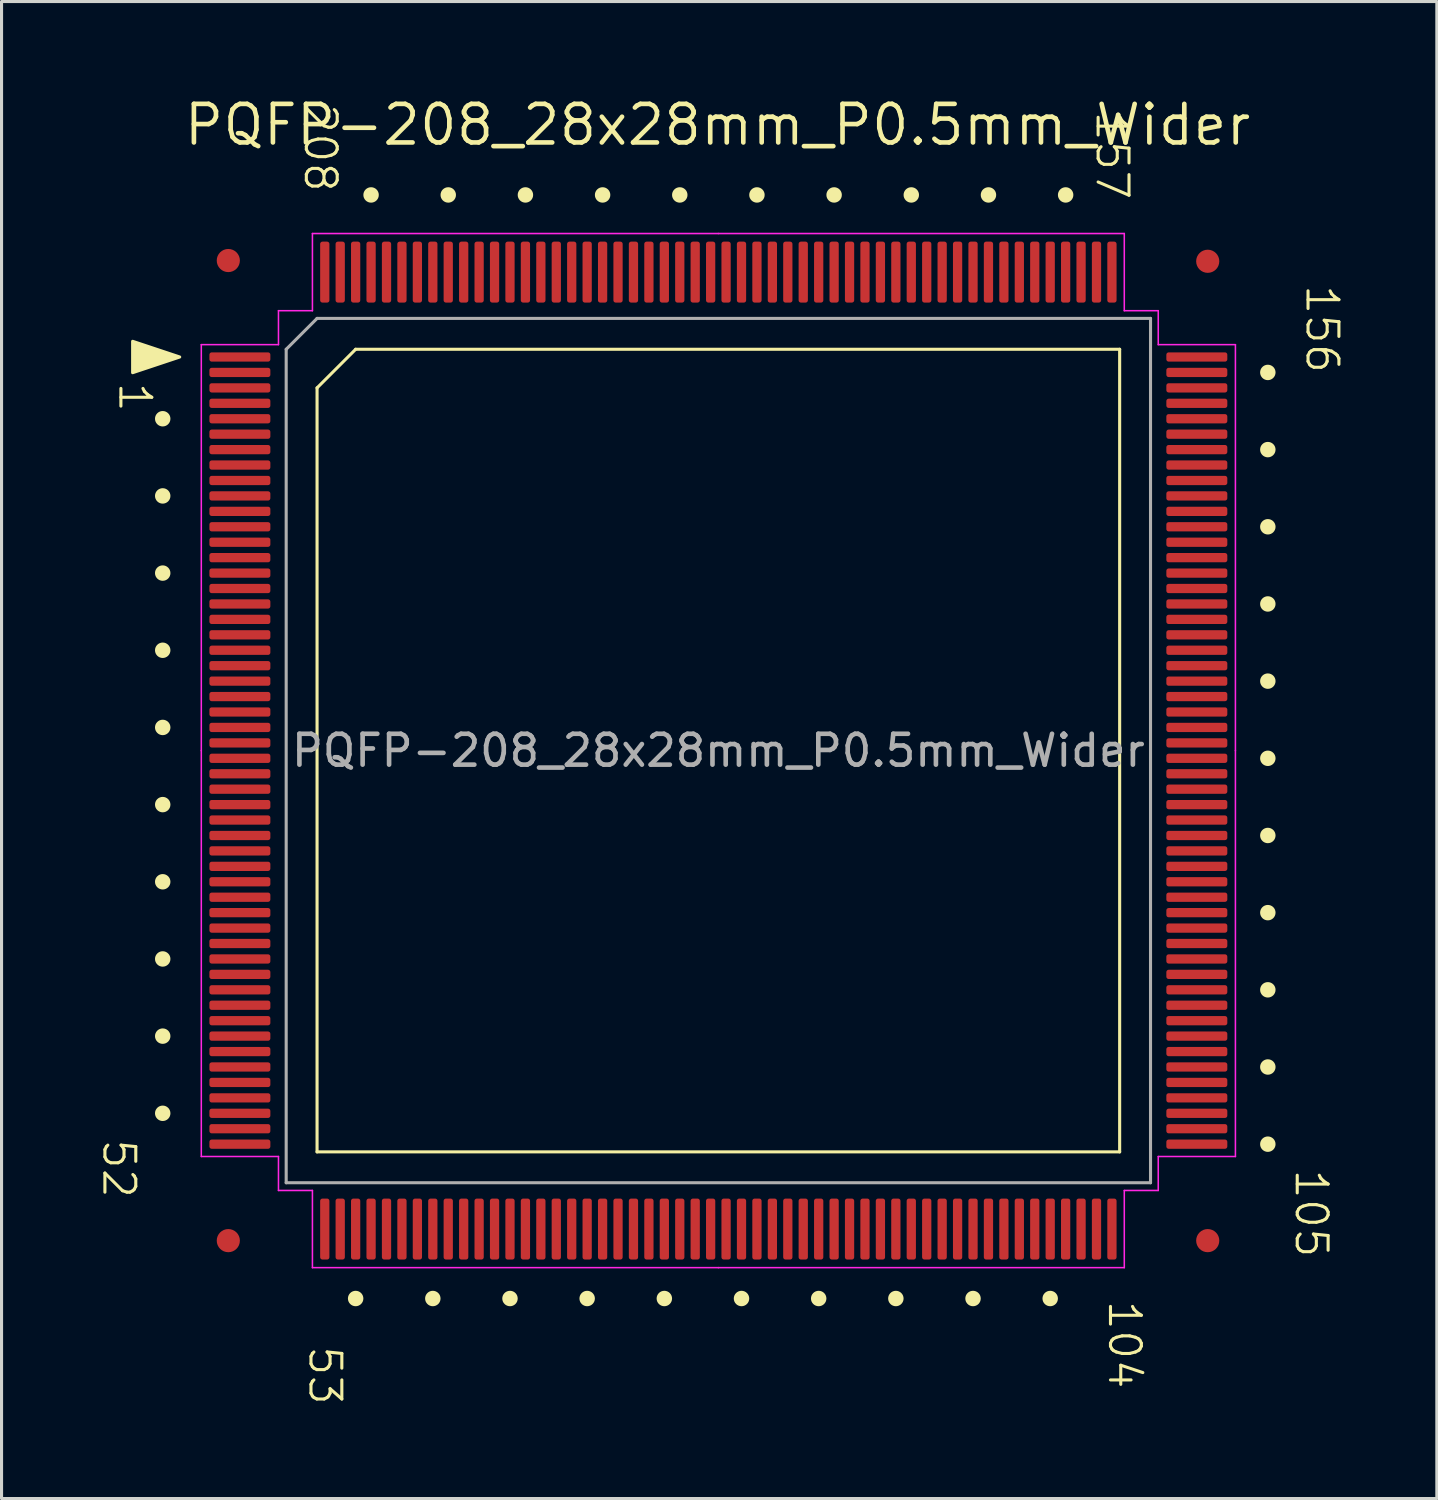
<source format=kicad_pcb>
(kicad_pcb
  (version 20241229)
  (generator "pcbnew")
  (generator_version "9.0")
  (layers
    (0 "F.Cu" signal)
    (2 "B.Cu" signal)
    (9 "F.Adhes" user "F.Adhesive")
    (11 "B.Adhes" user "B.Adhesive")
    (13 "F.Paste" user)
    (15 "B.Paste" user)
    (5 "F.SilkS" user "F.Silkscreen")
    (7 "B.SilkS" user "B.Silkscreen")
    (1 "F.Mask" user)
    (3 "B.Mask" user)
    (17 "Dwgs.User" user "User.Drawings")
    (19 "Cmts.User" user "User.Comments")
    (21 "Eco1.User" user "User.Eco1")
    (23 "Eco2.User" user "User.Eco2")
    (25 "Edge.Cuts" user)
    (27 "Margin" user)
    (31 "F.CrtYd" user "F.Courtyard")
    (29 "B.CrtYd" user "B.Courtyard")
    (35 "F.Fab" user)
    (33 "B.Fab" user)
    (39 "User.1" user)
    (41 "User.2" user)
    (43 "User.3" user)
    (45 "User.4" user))
  (footprint "PQFP-208_28x28mm_P0.5mm_Wider"
    (layer "F.Cu")
    (at 20.221 21.265)
    (property "Reference" "PQFP-208_28x28mm_P0.5mm_Wider" (at -0.025 -20.271 0) (layer "F.SilkS") (effects (font (size 1.25 1.25) (thickness 0.15))))
    (attr smd)
    (fp_rect (start -14.353 -17.375) (end -17.353 -14.375) (stroke (width 0) (type solid)) (fill yes) (layer "F.Mask"))
    (fp_rect (start -14.353 14.375) (end -17.353 17.375) (stroke (width 0) (type solid)) (fill yes) (layer "F.Mask"))
    (fp_rect (start 17.374 -17.374) (end 14.374 -14.374) (stroke (width 0) (type solid)) (fill yes) (layer "F.Mask"))
    (fp_rect (start 17.375 14.375) (end 14.375 17.375) (stroke (width 0) (type solid)) (fill yes) (layer "F.Mask"))
    (fp_line (start -13 -11.75) (end -11.75 -13) (stroke (width 0.1) (type solid)) (layer "F.SilkS"))
    (fp_line (start -13 13) (end -13 -11.75) (stroke (width 0.1) (type solid)) (layer "F.SilkS"))
    (fp_line (start -11.75 -13) (end 13 -13) (stroke (width 0.1) (type solid)) (layer "F.SilkS"))
    (fp_line (start 13 -13) (end 13 13) (stroke (width 0.1) (type solid)) (layer "F.SilkS"))
    (fp_line (start 13 13) (end -13 13) (stroke (width 0.1) (type solid)) (layer "F.SilkS"))
    (fp_circle (center -18 -10.75) (end -17.8 -10.75) (stroke (width 0.1) (type solid)) (fill yes) (layer "F.SilkS"))
    (fp_circle (center -18 -8.25) (end -17.8 -8.25) (stroke (width 0.1) (type solid)) (fill yes) (layer "F.SilkS"))
    (fp_circle (center -18 -5.75) (end -17.8 -5.75) (stroke (width 0.1) (type solid)) (fill yes) (layer "F.SilkS"))
    (fp_circle (center -18 -3.25) (end -17.8 -3.25) (stroke (width 0.1) (type solid)) (fill yes) (layer "F.SilkS"))
    (fp_circle (center -18 -0.75) (end -17.8 -0.75) (stroke (width 0.1) (type solid)) (fill yes) (layer "F.SilkS"))
    (fp_circle (center -18 1.75) (end -17.8 1.75) (stroke (width 0.1) (type solid)) (fill yes) (layer "F.SilkS"))
    (fp_circle (center -18 4.25) (end -17.8 4.25) (stroke (width 0.1) (type solid)) (fill yes) (layer "F.SilkS"))
    (fp_circle (center -18 6.75) (end -17.8 6.75) (stroke (width 0.1) (type solid)) (fill yes) (layer "F.SilkS"))
    (fp_circle (center -18 9.25) (end -17.8 9.25) (stroke (width 0.1) (type solid)) (fill yes) (layer "F.SilkS"))
    (fp_circle (center -18 11.75) (end -17.8 11.75) (stroke (width 0.1) (type solid)) (fill yes) (layer "F.SilkS"))
    (fp_circle (center -11.75 17.75) (end -11.55 17.75) (stroke (width 0.1) (type solid)) (fill yes) (layer "F.SilkS"))
    (fp_circle (center -11.25 -18) (end -11.05 -18) (stroke (width 0.1) (type solid)) (fill yes) (layer "F.SilkS"))
    (fp_circle (center -9.25 17.75) (end -9.05 17.75) (stroke (width 0.1) (type solid)) (fill yes) (layer "F.SilkS"))
    (fp_circle (center -8.75 -18) (end -8.55 -18) (stroke (width 0.1) (type solid)) (fill yes) (layer "F.SilkS"))
    (fp_circle (center -6.75 17.75) (end -6.55 17.75) (stroke (width 0.1) (type solid)) (fill yes) (layer "F.SilkS"))
    (fp_circle (center -6.25 -18) (end -6.05 -18) (stroke (width 0.1) (type solid)) (fill yes) (layer "F.SilkS"))
    (fp_circle (center -4.25 17.75) (end -4.05 17.75) (stroke (width 0.1) (type solid)) (fill yes) (layer "F.SilkS"))
    (fp_circle (center -3.75 -18) (end -3.55 -18) (stroke (width 0.1) (type solid)) (fill yes) (layer "F.SilkS"))
    (fp_circle (center -1.75 17.75) (end -1.55 17.75) (stroke (width 0.1) (type solid)) (fill yes) (layer "F.SilkS"))
    (fp_circle (center -1.25 -18) (end -1.05 -18) (stroke (width 0.1) (type solid)) (fill yes) (layer "F.SilkS"))
    (fp_circle (center 0.75 17.75) (end 0.95 17.75) (stroke (width 0.1) (type solid)) (fill yes) (layer "F.SilkS"))
    (fp_circle (center 1.25 -18) (end 1.45 -18) (stroke (width 0.1) (type solid)) (fill yes) (layer "F.SilkS"))
    (fp_circle (center 3.25 17.75) (end 3.45 17.75) (stroke (width 0.1) (type solid)) (fill yes) (layer "F.SilkS"))
    (fp_circle (center 3.75 -18) (end 3.95 -18) (stroke (width 0.1) (type solid)) (fill yes) (layer "F.SilkS"))
    (fp_circle (center 5.75 17.75) (end 5.95 17.75) (stroke (width 0.1) (type solid)) (fill yes) (layer "F.SilkS"))
    (fp_circle (center 6.25 -18) (end 6.45 -18) (stroke (width 0.1) (type solid)) (fill yes) (layer "F.SilkS"))
    (fp_circle (center 8.25 17.75) (end 8.45 17.75) (stroke (width 0.1) (type solid)) (fill yes) (layer "F.SilkS"))
    (fp_circle (center 8.75 -18) (end 8.95 -18) (stroke (width 0.1) (type solid)) (fill yes) (layer "F.SilkS"))
    (fp_circle (center 10.75 17.75) (end 10.95 17.75) (stroke (width 0.1) (type solid)) (fill yes) (layer "F.SilkS"))
    (fp_circle (center 11.25 -18) (end 11.45 -18) (stroke (width 0.1) (type solid)) (fill yes) (layer "F.SilkS"))
    (fp_circle (center 17.8 -12.25) (end 18 -12.25) (stroke (width 0.1) (type solid)) (fill yes) (layer "F.SilkS"))
    (fp_circle (center 17.8 -9.75) (end 18 -9.75) (stroke (width 0.1) (type solid)) (fill yes) (layer "F.SilkS"))
    (fp_circle (center 17.8 -7.25) (end 18 -7.25) (stroke (width 0.1) (type solid)) (fill yes) (layer "F.SilkS"))
    (fp_circle (center 17.8 -4.75) (end 18 -4.75) (stroke (width 0.1) (type solid)) (fill yes) (layer "F.SilkS"))
    (fp_circle (center 17.8 -2.25) (end 18 -2.25) (stroke (width 0.1) (type solid)) (fill yes) (layer "F.SilkS"))
    (fp_circle (center 17.8 0.25) (end 18 0.25) (stroke (width 0.1) (type solid)) (fill yes) (layer "F.SilkS"))
    (fp_circle (center 17.8 2.75) (end 18 2.75) (stroke (width 0.1) (type solid)) (fill yes) (layer "F.SilkS"))
    (fp_circle (center 17.8 5.25) (end 18 5.25) (stroke (width 0.1) (type solid)) (fill yes) (layer "F.SilkS"))
    (fp_circle (center 17.8 7.75) (end 18 7.75) (stroke (width 0.1) (type solid)) (fill yes) (layer "F.SilkS"))
    (fp_circle (center 17.8 10.25) (end 18 10.25) (stroke (width 0.1) (type solid)) (fill yes) (layer "F.SilkS"))
    (fp_circle (center 17.8 12.75) (end 18 12.75) (stroke (width 0.1) (type solid)) (fill yes) (layer "F.SilkS"))
    (fp_poly (pts (xy -17.45 -12.75) (xy -18.974 -13.258) (xy -18.974 -12.242)) (stroke (width 0.1) (type solid)) (fill yes) (layer "F.SilkS"))
    (fp_line (start -16.75 -13.15) (end -16.75 0) (stroke (width 0.05) (type solid)) (layer "F.CrtYd"))
    (fp_line (start -16.75 13.15) (end -16.75 0) (stroke (width 0.05) (type solid)) (layer "F.CrtYd"))
    (fp_line (start -14.25 -14.25) (end -14.25 -13.15) (stroke (width 0.05) (type solid)) (layer "F.CrtYd"))
    (fp_line (start -14.25 -13.15) (end -16.75 -13.15) (stroke (width 0.05) (type solid)) (layer "F.CrtYd"))
    (fp_line (start -14.25 13.15) (end -16.75 13.15) (stroke (width 0.05) (type solid)) (layer "F.CrtYd"))
    (fp_line (start -14.25 14.25) (end -14.25 13.15) (stroke (width 0.05) (type solid)) (layer "F.CrtYd"))
    (fp_line (start -13.15 -16.75) (end -13.15 -14.25) (stroke (width 0.05) (type solid)) (layer "F.CrtYd"))
    (fp_line (start -13.15 -14.25) (end -14.25 -14.25) (stroke (width 0.05) (type solid)) (layer "F.CrtYd"))
    (fp_line (start -13.15 14.25) (end -14.25 14.25) (stroke (width 0.05) (type solid)) (layer "F.CrtYd"))
    (fp_line (start -13.15 16.75) (end -13.15 14.25) (stroke (width 0.05) (type solid)) (layer "F.CrtYd"))
    (fp_line (start 0 -16.75) (end -13.15 -16.75) (stroke (width 0.05) (type solid)) (layer "F.CrtYd"))
    (fp_line (start 0 -16.75) (end 13.15 -16.75) (stroke (width 0.05) (type solid)) (layer "F.CrtYd"))
    (fp_line (start 0 16.75) (end -13.15 16.75) (stroke (width 0.05) (type solid)) (layer "F.CrtYd"))
    (fp_line (start 0 16.75) (end 13.15 16.75) (stroke (width 0.05) (type solid)) (layer "F.CrtYd"))
    (fp_line (start 13.15 -16.75) (end 13.15 -14.25) (stroke (width 0.05) (type solid)) (layer "F.CrtYd"))
    (fp_line (start 13.15 -14.25) (end 14.25 -14.25) (stroke (width 0.05) (type solid)) (layer "F.CrtYd"))
    (fp_line (start 13.15 14.25) (end 14.25 14.25) (stroke (width 0.05) (type solid)) (layer "F.CrtYd"))
    (fp_line (start 13.15 16.75) (end 13.15 14.25) (stroke (width 0.05) (type solid)) (layer "F.CrtYd"))
    (fp_line (start 14.25 -14.25) (end 14.25 -13.15) (stroke (width 0.05) (type solid)) (layer "F.CrtYd"))
    (fp_line (start 14.25 -13.15) (end 16.75 -13.15) (stroke (width 0.05) (type solid)) (layer "F.CrtYd"))
    (fp_line (start 14.25 13.15) (end 16.75 13.15) (stroke (width 0.05) (type solid)) (layer "F.CrtYd"))
    (fp_line (start 14.25 14.25) (end 14.25 13.15) (stroke (width 0.05) (type solid)) (layer "F.CrtYd"))
    (fp_line (start 16.75 -13.15) (end 16.75 0) (stroke (width 0.05) (type solid)) (layer "F.CrtYd"))
    (fp_line (start 16.75 13.15) (end 16.75 0) (stroke (width 0.05) (type solid)) (layer "F.CrtYd"))
    (fp_line (start -14 -13) (end -13 -14) (stroke (width 0.1) (type solid)) (layer "F.Fab"))
    (fp_line (start -14 14) (end -14 -13) (stroke (width 0.1) (type solid)) (layer "F.Fab"))
    (fp_line (start -13 -14) (end 14 -14) (stroke (width 0.1) (type solid)) (layer "F.Fab"))
    (fp_line (start 14 -14) (end 14 14) (stroke (width 0.1) (type solid)) (layer "F.Fab"))
    (fp_line (start 14 14) (end -14 14) (stroke (width 0.1) (type solid)) (layer "F.Fab"))
    (fp_text user "104" (at 12.575 17.75 270) (unlocked yes) (layer "F.SilkS") (effects (font (size 1 1) (thickness 0.1)) (justify left bottom)))
    (fp_text user "1" (at -19.482 -11.988 270) (unlocked yes) (layer "F.SilkS") (effects (font (size 1 1) (thickness 0.1)) (justify left bottom)))
    (fp_text user "208" (at -13.475 -21.021 270) (unlocked yes) (layer "F.SilkS") (effects (font (size 1 1) (thickness 0.1)) (justify left bottom)))
    (fp_text user "52" (at -20 12.525 270) (unlocked yes) (layer "F.SilkS") (effects (font (size 1 1) (thickness 0.1)) (justify left bottom)))
    (fp_text user "53" (at -13.325 19.225 270) (unlocked yes) (layer "F.SilkS") (effects (font (size 1 1) (thickness 0.1)) (justify left bottom)))
    (fp_text user "105" (at 18.625 13.5 270) (unlocked yes) (layer "F.SilkS") (effects (font (size 1 1) (thickness 0.1)) (justify left bottom)))
    (fp_text user "156" (at 18.975 -15.15 270) (unlocked yes) (layer "F.SilkS") (effects (font (size 1 1) (thickness 0.1)) (justify left bottom)))
    (fp_text user "157" (at 12.175 -20.771 270) (unlocked yes) (layer "F.SilkS") (effects (font (size 1 1) (thickness 0.1)) (justify left bottom)))
    (fp_text user "${REFERENCE}" (at 0 0 0) (layer "F.Fab") (effects (font (size 1 1) (thickness 0.15))))
    (pad "" smd circle (at -15.875 -15.875 270) (size 0.75 0.75) (layers "F.Cu" "F.Mask" "F.Paste"))
    (pad "" smd circle (at -15.875 15.875 270) (size 0.75 0.75) (layers "F.Cu" "F.Mask" "F.Paste"))
    (pad "" smd circle (at 15.853 -15.851 270) (size 0.75 0.75) (layers "F.Cu" "F.Mask" "F.Paste"))
    (pad "" smd circle (at 15.853 15.875 270) (size 0.75 0.75) (layers "F.Cu" "F.Mask" "F.Paste"))
    (pad "1" smd roundrect (at -15.5 -12.75) (size 1.975 0.3) (layers "F.Cu" "F.Mask" "F.Paste") (roundrect_rratio 0.25))
    (pad "2" smd roundrect (at -15.5 -12.25) (size 1.975 0.3) (layers "F.Cu" "F.Mask" "F.Paste") (roundrect_rratio 0.25))
    (pad "3" smd roundrect (at -15.5 -11.75) (size 1.975 0.3) (layers "F.Cu" "F.Mask" "F.Paste") (roundrect_rratio 0.25))
    (pad "4" smd roundrect (at -15.5 -11.25) (size 1.975 0.3) (layers "F.Cu" "F.Mask" "F.Paste") (roundrect_rratio 0.25))
    (pad "5" smd roundrect (at -15.5 -10.75) (size 1.975 0.3) (layers "F.Cu" "F.Mask" "F.Paste") (roundrect_rratio 0.25))
    (pad "6" smd roundrect (at -15.5 -10.25) (size 1.975 0.3) (layers "F.Cu" "F.Mask" "F.Paste") (roundrect_rratio 0.25))
    (pad "7" smd roundrect (at -15.5 -9.75) (size 1.975 0.3) (layers "F.Cu" "F.Mask" "F.Paste") (roundrect_rratio 0.25))
    (pad "8" smd roundrect (at -15.5 -9.25) (size 1.975 0.3) (layers "F.Cu" "F.Mask" "F.Paste") (roundrect_rratio 0.25))
    (pad "9" smd roundrect (at -15.5 -8.75) (size 1.975 0.3) (layers "F.Cu" "F.Mask" "F.Paste") (roundrect_rratio 0.25))
    (pad "10" smd roundrect (at -15.5 -8.25) (size 1.975 0.3) (layers "F.Cu" "F.Mask" "F.Paste") (roundrect_rratio 0.25))
    (pad "11" smd roundrect (at -15.5 -7.75) (size 1.975 0.3) (layers "F.Cu" "F.Mask" "F.Paste") (roundrect_rratio 0.25))
    (pad "12" smd roundrect (at -15.5 -7.25) (size 1.975 0.3) (layers "F.Cu" "F.Mask" "F.Paste") (roundrect_rratio 0.25))
    (pad "13" smd roundrect (at -15.5 -6.75) (size 1.975 0.3) (layers "F.Cu" "F.Mask" "F.Paste") (roundrect_rratio 0.25))
    (pad "14" smd roundrect (at -15.5 -6.25) (size 1.975 0.3) (layers "F.Cu" "F.Mask" "F.Paste") (roundrect_rratio 0.25))
    (pad "15" smd roundrect (at -15.5 -5.75) (size 1.975 0.3) (layers "F.Cu" "F.Mask" "F.Paste") (roundrect_rratio 0.25))
    (pad "16" smd roundrect (at -15.5 -5.25) (size 1.975 0.3) (layers "F.Cu" "F.Mask" "F.Paste") (roundrect_rratio 0.25))
    (pad "17" smd roundrect (at -15.5 -4.75) (size 1.975 0.3) (layers "F.Cu" "F.Mask" "F.Paste") (roundrect_rratio 0.25))
    (pad "18" smd roundrect (at -15.5 -4.25) (size 1.975 0.3) (layers "F.Cu" "F.Mask" "F.Paste") (roundrect_rratio 0.25))
    (pad "19" smd roundrect (at -15.5 -3.75) (size 1.975 0.3) (layers "F.Cu" "F.Mask" "F.Paste") (roundrect_rratio 0.25))
    (pad "20" smd roundrect (at -15.5 -3.25) (size 1.975 0.3) (layers "F.Cu" "F.Mask" "F.Paste") (roundrect_rratio 0.25))
    (pad "21" smd roundrect (at -15.5 -2.75) (size 1.975 0.3) (layers "F.Cu" "F.Mask" "F.Paste") (roundrect_rratio 0.25))
    (pad "22" smd roundrect (at -15.5 -2.25) (size 1.975 0.3) (layers "F.Cu" "F.Mask" "F.Paste") (roundrect_rratio 0.25))
    (pad "23" smd roundrect (at -15.5 -1.75) (size 1.975 0.3) (layers "F.Cu" "F.Mask" "F.Paste") (roundrect_rratio 0.25))
    (pad "24" smd roundrect (at -15.5 -1.25) (size 1.975 0.3) (layers "F.Cu" "F.Mask" "F.Paste") (roundrect_rratio 0.25))
    (pad "25" smd roundrect (at -15.5 -0.75) (size 1.975 0.3) (layers "F.Cu" "F.Mask" "F.Paste") (roundrect_rratio 0.25))
    (pad "26" smd roundrect (at -15.5 -0.25) (size 1.975 0.3) (layers "F.Cu" "F.Mask" "F.Paste") (roundrect_rratio 0.25))
    (pad "27" smd roundrect (at -15.5 0.25) (size 1.975 0.3) (layers "F.Cu" "F.Mask" "F.Paste") (roundrect_rratio 0.25))
    (pad "28" smd roundrect (at -15.5 0.75) (size 1.975 0.3) (layers "F.Cu" "F.Mask" "F.Paste") (roundrect_rratio 0.25))
    (pad "29" smd roundrect (at -15.5 1.25) (size 1.975 0.3) (layers "F.Cu" "F.Mask" "F.Paste") (roundrect_rratio 0.25))
    (pad "30" smd roundrect (at -15.5 1.75) (size 1.975 0.3) (layers "F.Cu" "F.Mask" "F.Paste") (roundrect_rratio 0.25))
    (pad "31" smd roundrect (at -15.5 2.25) (size 1.975 0.3) (layers "F.Cu" "F.Mask" "F.Paste") (roundrect_rratio 0.25))
    (pad "32" smd roundrect (at -15.5 2.75) (size 1.975 0.3) (layers "F.Cu" "F.Mask" "F.Paste") (roundrect_rratio 0.25))
    (pad "33" smd roundrect (at -15.5 3.25) (size 1.975 0.3) (layers "F.Cu" "F.Mask" "F.Paste") (roundrect_rratio 0.25))
    (pad "34" smd roundrect (at -15.5 3.75) (size 1.975 0.3) (layers "F.Cu" "F.Mask" "F.Paste") (roundrect_rratio 0.25))
    (pad "35" smd roundrect (at -15.5 4.25) (size 1.975 0.3) (layers "F.Cu" "F.Mask" "F.Paste") (roundrect_rratio 0.25))
    (pad "36" smd roundrect (at -15.5 4.75) (size 1.975 0.3) (layers "F.Cu" "F.Mask" "F.Paste") (roundrect_rratio 0.25))
    (pad "37" smd roundrect (at -15.5 5.25) (size 1.975 0.3) (layers "F.Cu" "F.Mask" "F.Paste") (roundrect_rratio 0.25))
    (pad "38" smd roundrect (at -15.5 5.75) (size 1.975 0.3) (layers "F.Cu" "F.Mask" "F.Paste") (roundrect_rratio 0.25))
    (pad "39" smd roundrect (at -15.5 6.25) (size 1.975 0.3) (layers "F.Cu" "F.Mask" "F.Paste") (roundrect_rratio 0.25))
    (pad "40" smd roundrect (at -15.5 6.75) (size 1.975 0.3) (layers "F.Cu" "F.Mask" "F.Paste") (roundrect_rratio 0.25))
    (pad "41" smd roundrect (at -15.5 7.25) (size 1.975 0.3) (layers "F.Cu" "F.Mask" "F.Paste") (roundrect_rratio 0.25))
    (pad "42" smd roundrect (at -15.5 7.75) (size 1.975 0.3) (layers "F.Cu" "F.Mask" "F.Paste") (roundrect_rratio 0.25))
    (pad "43" smd roundrect (at -15.5 8.25) (size 1.975 0.3) (layers "F.Cu" "F.Mask" "F.Paste") (roundrect_rratio 0.25))
    (pad "44" smd roundrect (at -15.5 8.75) (size 1.975 0.3) (layers "F.Cu" "F.Mask" "F.Paste") (roundrect_rratio 0.25))
    (pad "45" smd roundrect (at -15.5 9.25) (size 1.975 0.3) (layers "F.Cu" "F.Mask" "F.Paste") (roundrect_rratio 0.25))
    (pad "46" smd roundrect (at -15.5 9.75) (size 1.975 0.3) (layers "F.Cu" "F.Mask" "F.Paste") (roundrect_rratio 0.25))
    (pad "47" smd roundrect (at -15.5 10.25) (size 1.975 0.3) (layers "F.Cu" "F.Mask" "F.Paste") (roundrect_rratio 0.25))
    (pad "48" smd roundrect (at -15.5 10.75) (size 1.975 0.3) (layers "F.Cu" "F.Mask" "F.Paste") (roundrect_rratio 0.25))
    (pad "49" smd roundrect (at -15.5 11.25) (size 1.975 0.3) (layers "F.Cu" "F.Mask" "F.Paste") (roundrect_rratio 0.25))
    (pad "50" smd roundrect (at -15.5 11.75) (size 1.975 0.3) (layers "F.Cu" "F.Mask" "F.Paste") (roundrect_rratio 0.25))
    (pad "51" smd roundrect (at -15.5 12.25) (size 1.975 0.3) (layers "F.Cu" "F.Mask" "F.Paste") (roundrect_rratio 0.25))
    (pad "52" smd roundrect (at -15.5 12.75) (size 1.975 0.3) (layers "F.Cu" "F.Mask" "F.Paste") (roundrect_rratio 0.25))
    (pad "53" smd roundrect (at -12.75 15.5) (size 0.3 1.975) (layers "F.Cu" "F.Mask" "F.Paste") (roundrect_rratio 0.25))
    (pad "54" smd roundrect (at -12.25 15.5) (size 0.3 1.975) (layers "F.Cu" "F.Mask" "F.Paste") (roundrect_rratio 0.25))
    (pad "55" smd roundrect (at -11.75 15.5) (size 0.3 1.975) (layers "F.Cu" "F.Mask" "F.Paste") (roundrect_rratio 0.25))
    (pad "56" smd roundrect (at -11.25 15.5) (size 0.3 1.975) (layers "F.Cu" "F.Mask" "F.Paste") (roundrect_rratio 0.25))
    (pad "57" smd roundrect (at -10.75 15.5) (size 0.3 1.975) (layers "F.Cu" "F.Mask" "F.Paste") (roundrect_rratio 0.25))
    (pad "58" smd roundrect (at -10.25 15.5) (size 0.3 1.975) (layers "F.Cu" "F.Mask" "F.Paste") (roundrect_rratio 0.25))
    (pad "59" smd roundrect (at -9.75 15.5) (size 0.3 1.975) (layers "F.Cu" "F.Mask" "F.Paste") (roundrect_rratio 0.25))
    (pad "60" smd roundrect (at -9.25 15.5) (size 0.3 1.975) (layers "F.Cu" "F.Mask" "F.Paste") (roundrect_rratio 0.25))
    (pad "61" smd roundrect (at -8.75 15.5) (size 0.3 1.975) (layers "F.Cu" "F.Mask" "F.Paste") (roundrect_rratio 0.25))
    (pad "62" smd roundrect (at -8.25 15.5) (size 0.3 1.975) (layers "F.Cu" "F.Mask" "F.Paste") (roundrect_rratio 0.25))
    (pad "63" smd roundrect (at -7.75 15.5) (size 0.3 1.975) (layers "F.Cu" "F.Mask" "F.Paste") (roundrect_rratio 0.25))
    (pad "64" smd roundrect (at -7.25 15.5) (size 0.3 1.975) (layers "F.Cu" "F.Mask" "F.Paste") (roundrect_rratio 0.25))
    (pad "65" smd roundrect (at -6.75 15.5) (size 0.3 1.975) (layers "F.Cu" "F.Mask" "F.Paste") (roundrect_rratio 0.25))
    (pad "66" smd roundrect (at -6.25 15.5) (size 0.3 1.975) (layers "F.Cu" "F.Mask" "F.Paste") (roundrect_rratio 0.25))
    (pad "67" smd roundrect (at -5.75 15.5) (size 0.3 1.975) (layers "F.Cu" "F.Mask" "F.Paste") (roundrect_rratio 0.25))
    (pad "68" smd roundrect (at -5.25 15.5) (size 0.3 1.975) (layers "F.Cu" "F.Mask" "F.Paste") (roundrect_rratio 0.25))
    (pad "69" smd roundrect (at -4.75 15.5) (size 0.3 1.975) (layers "F.Cu" "F.Mask" "F.Paste") (roundrect_rratio 0.25))
    (pad "70" smd roundrect (at -4.25 15.5) (size 0.3 1.975) (layers "F.Cu" "F.Mask" "F.Paste") (roundrect_rratio 0.25))
    (pad "71" smd roundrect (at -3.75 15.5) (size 0.3 1.975) (layers "F.Cu" "F.Mask" "F.Paste") (roundrect_rratio 0.25))
    (pad "72" smd roundrect (at -3.25 15.5) (size 0.3 1.975) (layers "F.Cu" "F.Mask" "F.Paste") (roundrect_rratio 0.25))
    (pad "73" smd roundrect (at -2.75 15.5) (size 0.3 1.975) (layers "F.Cu" "F.Mask" "F.Paste") (roundrect_rratio 0.25))
    (pad "74" smd roundrect (at -2.25 15.5) (size 0.3 1.975) (layers "F.Cu" "F.Mask" "F.Paste") (roundrect_rratio 0.25))
    (pad "75" smd roundrect (at -1.75 15.5) (size 0.3 1.975) (layers "F.Cu" "F.Mask" "F.Paste") (roundrect_rratio 0.25))
    (pad "76" smd roundrect (at -1.25 15.5) (size 0.3 1.975) (layers "F.Cu" "F.Mask" "F.Paste") (roundrect_rratio 0.25))
    (pad "77" smd roundrect (at -0.75 15.5) (size 0.3 1.975) (layers "F.Cu" "F.Mask" "F.Paste") (roundrect_rratio 0.25))
    (pad "78" smd roundrect (at -0.25 15.5) (size 0.3 1.975) (layers "F.Cu" "F.Mask" "F.Paste") (roundrect_rratio 0.25))
    (pad "79" smd roundrect (at 0.25 15.5) (size 0.3 1.975) (layers "F.Cu" "F.Mask" "F.Paste") (roundrect_rratio 0.25))
    (pad "80" smd roundrect (at 0.75 15.5) (size 0.3 1.975) (layers "F.Cu" "F.Mask" "F.Paste") (roundrect_rratio 0.25))
    (pad "81" smd roundrect (at 1.25 15.5) (size 0.3 1.975) (layers "F.Cu" "F.Mask" "F.Paste") (roundrect_rratio 0.25))
    (pad "82" smd roundrect (at 1.75 15.5) (size 0.3 1.975) (layers "F.Cu" "F.Mask" "F.Paste") (roundrect_rratio 0.25))
    (pad "83" smd roundrect (at 2.25 15.5) (size 0.3 1.975) (layers "F.Cu" "F.Mask" "F.Paste") (roundrect_rratio 0.25))
    (pad "84" smd roundrect (at 2.75 15.5) (size 0.3 1.975) (layers "F.Cu" "F.Mask" "F.Paste") (roundrect_rratio 0.25))
    (pad "85" smd roundrect (at 3.25 15.5) (size 0.3 1.975) (layers "F.Cu" "F.Mask" "F.Paste") (roundrect_rratio 0.25))
    (pad "86" smd roundrect (at 3.75 15.5) (size 0.3 1.975) (layers "F.Cu" "F.Mask" "F.Paste") (roundrect_rratio 0.25))
    (pad "87" smd roundrect (at 4.25 15.5) (size 0.3 1.975) (layers "F.Cu" "F.Mask" "F.Paste") (roundrect_rratio 0.25))
    (pad "88" smd roundrect (at 4.75 15.5) (size 0.3 1.975) (layers "F.Cu" "F.Mask" "F.Paste") (roundrect_rratio 0.25))
    (pad "89" smd roundrect (at 5.25 15.5) (size 0.3 1.975) (layers "F.Cu" "F.Mask" "F.Paste") (roundrect_rratio 0.25))
    (pad "90" smd roundrect (at 5.75 15.5) (size 0.3 1.975) (layers "F.Cu" "F.Mask" "F.Paste") (roundrect_rratio 0.25))
    (pad "91" smd roundrect (at 6.25 15.5) (size 0.3 1.975) (layers "F.Cu" "F.Mask" "F.Paste") (roundrect_rratio 0.25))
    (pad "92" smd roundrect (at 6.75 15.5) (size 0.3 1.975) (layers "F.Cu" "F.Mask" "F.Paste") (roundrect_rratio 0.25))
    (pad "93" smd roundrect (at 7.25 15.5) (size 0.3 1.975) (layers "F.Cu" "F.Mask" "F.Paste") (roundrect_rratio 0.25))
    (pad "94" smd roundrect (at 7.75 15.5) (size 0.3 1.975) (layers "F.Cu" "F.Mask" "F.Paste") (roundrect_rratio 0.25))
    (pad "95" smd roundrect (at 8.25 15.5) (size 0.3 1.975) (layers "F.Cu" "F.Mask" "F.Paste") (roundrect_rratio 0.25))
    (pad "96" smd roundrect (at 8.75 15.5) (size 0.3 1.975) (layers "F.Cu" "F.Mask" "F.Paste") (roundrect_rratio 0.25))
    (pad "97" smd roundrect (at 9.25 15.5) (size 0.3 1.975) (layers "F.Cu" "F.Mask" "F.Paste") (roundrect_rratio 0.25))
    (pad "98" smd roundrect (at 9.75 15.5) (size 0.3 1.975) (layers "F.Cu" "F.Mask" "F.Paste") (roundrect_rratio 0.25))
    (pad "99" smd roundrect (at 10.25 15.5) (size 0.3 1.975) (layers "F.Cu" "F.Mask" "F.Paste") (roundrect_rratio 0.25))
    (pad "100" smd roundrect (at 10.75 15.5) (size 0.3 1.975) (layers "F.Cu" "F.Mask" "F.Paste") (roundrect_rratio 0.25))
    (pad "101" smd roundrect (at 11.25 15.5) (size 0.3 1.975) (layers "F.Cu" "F.Mask" "F.Paste") (roundrect_rratio 0.25))
    (pad "102" smd roundrect (at 11.75 15.5) (size 0.3 1.975) (layers "F.Cu" "F.Mask" "F.Paste") (roundrect_rratio 0.25))
    (pad "103" smd roundrect (at 12.25 15.5) (size 0.3 1.975) (layers "F.Cu" "F.Mask" "F.Paste") (roundrect_rratio 0.25))
    (pad "104" smd roundrect (at 12.75 15.5) (size 0.3 1.975) (layers "F.Cu" "F.Mask" "F.Paste") (roundrect_rratio 0.25))
    (pad "105" smd roundrect (at 15.5 12.75) (size 1.975 0.3) (layers "F.Cu" "F.Mask" "F.Paste") (roundrect_rratio 0.25))
    (pad "106" smd roundrect (at 15.5 12.25) (size 1.975 0.3) (layers "F.Cu" "F.Mask" "F.Paste") (roundrect_rratio 0.25))
    (pad "107" smd roundrect (at 15.5 11.75) (size 1.975 0.3) (layers "F.Cu" "F.Mask" "F.Paste") (roundrect_rratio 0.25))
    (pad "108" smd roundrect (at 15.5 11.25) (size 1.975 0.3) (layers "F.Cu" "F.Mask" "F.Paste") (roundrect_rratio 0.25))
    (pad "109" smd roundrect (at 15.5 10.75) (size 1.975 0.3) (layers "F.Cu" "F.Mask" "F.Paste") (roundrect_rratio 0.25))
    (pad "110" smd roundrect (at 15.5 10.25) (size 1.975 0.3) (layers "F.Cu" "F.Mask" "F.Paste") (roundrect_rratio 0.25))
    (pad "111" smd roundrect (at 15.5 9.75) (size 1.975 0.3) (layers "F.Cu" "F.Mask" "F.Paste") (roundrect_rratio 0.25))
    (pad "112" smd roundrect (at 15.5 9.25) (size 1.975 0.3) (layers "F.Cu" "F.Mask" "F.Paste") (roundrect_rratio 0.25))
    (pad "113" smd roundrect (at 15.5 8.75) (size 1.975 0.3) (layers "F.Cu" "F.Mask" "F.Paste") (roundrect_rratio 0.25))
    (pad "114" smd roundrect (at 15.5 8.25) (size 1.975 0.3) (layers "F.Cu" "F.Mask" "F.Paste") (roundrect_rratio 0.25))
    (pad "115" smd roundrect (at 15.5 7.75) (size 1.975 0.3) (layers "F.Cu" "F.Mask" "F.Paste") (roundrect_rratio 0.25))
    (pad "116" smd roundrect (at 15.5 7.25) (size 1.975 0.3) (layers "F.Cu" "F.Mask" "F.Paste") (roundrect_rratio 0.25))
    (pad "117" smd roundrect (at 15.5 6.75) (size 1.975 0.3) (layers "F.Cu" "F.Mask" "F.Paste") (roundrect_rratio 0.25))
    (pad "118" smd roundrect (at 15.5 6.25) (size 1.975 0.3) (layers "F.Cu" "F.Mask" "F.Paste") (roundrect_rratio 0.25))
    (pad "119" smd roundrect (at 15.5 5.75) (size 1.975 0.3) (layers "F.Cu" "F.Mask" "F.Paste") (roundrect_rratio 0.25))
    (pad "120" smd roundrect (at 15.5 5.25) (size 1.975 0.3) (layers "F.Cu" "F.Mask" "F.Paste") (roundrect_rratio 0.25))
    (pad "121" smd roundrect (at 15.5 4.75) (size 1.975 0.3) (layers "F.Cu" "F.Mask" "F.Paste") (roundrect_rratio 0.25))
    (pad "122" smd roundrect (at 15.5 4.25) (size 1.975 0.3) (layers "F.Cu" "F.Mask" "F.Paste") (roundrect_rratio 0.25))
    (pad "123" smd roundrect (at 15.5 3.75) (size 1.975 0.3) (layers "F.Cu" "F.Mask" "F.Paste") (roundrect_rratio 0.25))
    (pad "124" smd roundrect (at 15.5 3.25) (size 1.975 0.3) (layers "F.Cu" "F.Mask" "F.Paste") (roundrect_rratio 0.25))
    (pad "125" smd roundrect (at 15.5 2.75) (size 1.975 0.3) (layers "F.Cu" "F.Mask" "F.Paste") (roundrect_rratio 0.25))
    (pad "126" smd roundrect (at 15.5 2.25) (size 1.975 0.3) (layers "F.Cu" "F.Mask" "F.Paste") (roundrect_rratio 0.25))
    (pad "127" smd roundrect (at 15.5 1.75) (size 1.975 0.3) (layers "F.Cu" "F.Mask" "F.Paste") (roundrect_rratio 0.25))
    (pad "128" smd roundrect (at 15.5 1.25) (size 1.975 0.3) (layers "F.Cu" "F.Mask" "F.Paste") (roundrect_rratio 0.25))
    (pad "129" smd roundrect (at 15.5 0.75) (size 1.975 0.3) (layers "F.Cu" "F.Mask" "F.Paste") (roundrect_rratio 0.25))
    (pad "130" smd roundrect (at 15.5 0.25) (size 1.975 0.3) (layers "F.Cu" "F.Mask" "F.Paste") (roundrect_rratio 0.25))
    (pad "131" smd roundrect (at 15.5 -0.25) (size 1.975 0.3) (layers "F.Cu" "F.Mask" "F.Paste") (roundrect_rratio 0.25))
    (pad "132" smd roundrect (at 15.5 -0.75) (size 1.975 0.3) (layers "F.Cu" "F.Mask" "F.Paste") (roundrect_rratio 0.25))
    (pad "133" smd roundrect (at 15.5 -1.25) (size 1.975 0.3) (layers "F.Cu" "F.Mask" "F.Paste") (roundrect_rratio 0.25))
    (pad "134" smd roundrect (at 15.5 -1.75) (size 1.975 0.3) (layers "F.Cu" "F.Mask" "F.Paste") (roundrect_rratio 0.25))
    (pad "135" smd roundrect (at 15.5 -2.25) (size 1.975 0.3) (layers "F.Cu" "F.Mask" "F.Paste") (roundrect_rratio 0.25))
    (pad "136" smd roundrect (at 15.5 -2.75) (size 1.975 0.3) (layers "F.Cu" "F.Mask" "F.Paste") (roundrect_rratio 0.25))
    (pad "137" smd roundrect (at 15.5 -3.25) (size 1.975 0.3) (layers "F.Cu" "F.Mask" "F.Paste") (roundrect_rratio 0.25))
    (pad "138" smd roundrect (at 15.5 -3.75) (size 1.975 0.3) (layers "F.Cu" "F.Mask" "F.Paste") (roundrect_rratio 0.25))
    (pad "139" smd roundrect (at 15.5 -4.25) (size 1.975 0.3) (layers "F.Cu" "F.Mask" "F.Paste") (roundrect_rratio 0.25))
    (pad "140" smd roundrect (at 15.5 -4.75) (size 1.975 0.3) (layers "F.Cu" "F.Mask" "F.Paste") (roundrect_rratio 0.25))
    (pad "141" smd roundrect (at 15.5 -5.25) (size 1.975 0.3) (layers "F.Cu" "F.Mask" "F.Paste") (roundrect_rratio 0.25))
    (pad "142" smd roundrect (at 15.5 -5.75) (size 1.975 0.3) (layers "F.Cu" "F.Mask" "F.Paste") (roundrect_rratio 0.25))
    (pad "143" smd roundrect (at 15.5 -6.25) (size 1.975 0.3) (layers "F.Cu" "F.Mask" "F.Paste") (roundrect_rratio 0.25))
    (pad "144" smd roundrect (at 15.5 -6.75) (size 1.975 0.3) (layers "F.Cu" "F.Mask" "F.Paste") (roundrect_rratio 0.25))
    (pad "145" smd roundrect (at 15.5 -7.25) (size 1.975 0.3) (layers "F.Cu" "F.Mask" "F.Paste") (roundrect_rratio 0.25))
    (pad "146" smd roundrect (at 15.5 -7.75) (size 1.975 0.3) (layers "F.Cu" "F.Mask" "F.Paste") (roundrect_rratio 0.25))
    (pad "147" smd roundrect (at 15.5 -8.25) (size 1.975 0.3) (layers "F.Cu" "F.Mask" "F.Paste") (roundrect_rratio 0.25))
    (pad "148" smd roundrect (at 15.5 -8.75) (size 1.975 0.3) (layers "F.Cu" "F.Mask" "F.Paste") (roundrect_rratio 0.25))
    (pad "149" smd roundrect (at 15.5 -9.25) (size 1.975 0.3) (layers "F.Cu" "F.Mask" "F.Paste") (roundrect_rratio 0.25))
    (pad "150" smd roundrect (at 15.5 -9.75) (size 1.975 0.3) (layers "F.Cu" "F.Mask" "F.Paste") (roundrect_rratio 0.25))
    (pad "151" smd roundrect (at 15.5 -10.25) (size 1.975 0.3) (layers "F.Cu" "F.Mask" "F.Paste") (roundrect_rratio 0.25))
    (pad "152" smd roundrect (at 15.5 -10.75) (size 1.975 0.3) (layers "F.Cu" "F.Mask" "F.Paste") (roundrect_rratio 0.25))
    (pad "153" smd roundrect (at 15.5 -11.25) (size 1.975 0.3) (layers "F.Cu" "F.Mask" "F.Paste") (roundrect_rratio 0.25))
    (pad "154" smd roundrect (at 15.5 -11.75) (size 1.975 0.3) (layers "F.Cu" "F.Mask" "F.Paste") (roundrect_rratio 0.25))
    (pad "155" smd roundrect (at 15.5 -12.25) (size 1.975 0.3) (layers "F.Cu" "F.Mask" "F.Paste") (roundrect_rratio 0.25))
    (pad "156" smd roundrect (at 15.5 -12.75) (size 1.975 0.3) (layers "F.Cu" "F.Mask" "F.Paste") (roundrect_rratio 0.25))
    (pad "157" smd roundrect (at 12.75 -15.5) (size 0.3 1.975) (layers "F.Cu" "F.Mask" "F.Paste") (roundrect_rratio 0.25))
    (pad "158" smd roundrect (at 12.25 -15.5) (size 0.3 1.975) (layers "F.Cu" "F.Mask" "F.Paste") (roundrect_rratio 0.25))
    (pad "159" smd roundrect (at 11.75 -15.5) (size 0.3 1.975) (layers "F.Cu" "F.Mask" "F.Paste") (roundrect_rratio 0.25))
    (pad "160" smd roundrect (at 11.25 -15.5) (size 0.3 1.975) (layers "F.Cu" "F.Mask" "F.Paste") (roundrect_rratio 0.25))
    (pad "161" smd roundrect (at 10.75 -15.5) (size 0.3 1.975) (layers "F.Cu" "F.Mask" "F.Paste") (roundrect_rratio 0.25))
    (pad "162" smd roundrect (at 10.25 -15.5) (size 0.3 1.975) (layers "F.Cu" "F.Mask" "F.Paste") (roundrect_rratio 0.25))
    (pad "163" smd roundrect (at 9.75 -15.5) (size 0.3 1.975) (layers "F.Cu" "F.Mask" "F.Paste") (roundrect_rratio 0.25))
    (pad "164" smd roundrect (at 9.25 -15.5) (size 0.3 1.975) (layers "F.Cu" "F.Mask" "F.Paste") (roundrect_rratio 0.25))
    (pad "165" smd roundrect (at 8.75 -15.5) (size 0.3 1.975) (layers "F.Cu" "F.Mask" "F.Paste") (roundrect_rratio 0.25))
    (pad "166" smd roundrect (at 8.25 -15.5) (size 0.3 1.975) (layers "F.Cu" "F.Mask" "F.Paste") (roundrect_rratio 0.25))
    (pad "167" smd roundrect (at 7.75 -15.5) (size 0.3 1.975) (layers "F.Cu" "F.Mask" "F.Paste") (roundrect_rratio 0.25))
    (pad "168" smd roundrect (at 7.25 -15.5) (size 0.3 1.975) (layers "F.Cu" "F.Mask" "F.Paste") (roundrect_rratio 0.25))
    (pad "169" smd roundrect (at 6.75 -15.5) (size 0.3 1.975) (layers "F.Cu" "F.Mask" "F.Paste") (roundrect_rratio 0.25))
    (pad "170" smd roundrect (at 6.25 -15.5) (size 0.3 1.975) (layers "F.Cu" "F.Mask" "F.Paste") (roundrect_rratio 0.25))
    (pad "171" smd roundrect (at 5.75 -15.5) (size 0.3 1.975) (layers "F.Cu" "F.Mask" "F.Paste") (roundrect_rratio 0.25))
    (pad "172" smd roundrect (at 5.25 -15.5) (size 0.3 1.975) (layers "F.Cu" "F.Mask" "F.Paste") (roundrect_rratio 0.25))
    (pad "173" smd roundrect (at 4.75 -15.5) (size 0.3 1.975) (layers "F.Cu" "F.Mask" "F.Paste") (roundrect_rratio 0.25))
    (pad "174" smd roundrect (at 4.25 -15.5) (size 0.3 1.975) (layers "F.Cu" "F.Mask" "F.Paste") (roundrect_rratio 0.25))
    (pad "175" smd roundrect (at 3.75 -15.5) (size 0.3 1.975) (layers "F.Cu" "F.Mask" "F.Paste") (roundrect_rratio 0.25))
    (pad "176" smd roundrect (at 3.25 -15.5) (size 0.3 1.975) (layers "F.Cu" "F.Mask" "F.Paste") (roundrect_rratio 0.25))
    (pad "177" smd roundrect (at 2.75 -15.5) (size 0.3 1.975) (layers "F.Cu" "F.Mask" "F.Paste") (roundrect_rratio 0.25))
    (pad "178" smd roundrect (at 2.25 -15.5) (size 0.3 1.975) (layers "F.Cu" "F.Mask" "F.Paste") (roundrect_rratio 0.25))
    (pad "179" smd roundrect (at 1.75 -15.5) (size 0.3 1.975) (layers "F.Cu" "F.Mask" "F.Paste") (roundrect_rratio 0.25))
    (pad "180" smd roundrect (at 1.25 -15.5) (size 0.3 1.975) (layers "F.Cu" "F.Mask" "F.Paste") (roundrect_rratio 0.25))
    (pad "181" smd roundrect (at 0.75 -15.5) (size 0.3 1.975) (layers "F.Cu" "F.Mask" "F.Paste") (roundrect_rratio 0.25))
    (pad "182" smd roundrect (at 0.25 -15.5) (size 0.3 1.975) (layers "F.Cu" "F.Mask" "F.Paste") (roundrect_rratio 0.25))
    (pad "183" smd roundrect (at -0.25 -15.5) (size 0.3 1.975) (layers "F.Cu" "F.Mask" "F.Paste") (roundrect_rratio 0.25))
    (pad "184" smd roundrect (at -0.75 -15.5) (size 0.3 1.975) (layers "F.Cu" "F.Mask" "F.Paste") (roundrect_rratio 0.25))
    (pad "185" smd roundrect (at -1.25 -15.5) (size 0.3 1.975) (layers "F.Cu" "F.Mask" "F.Paste") (roundrect_rratio 0.25))
    (pad "186" smd roundrect (at -1.75 -15.5) (size 0.3 1.975) (layers "F.Cu" "F.Mask" "F.Paste") (roundrect_rratio 0.25))
    (pad "187" smd roundrect (at -2.25 -15.5) (size 0.3 1.975) (layers "F.Cu" "F.Mask" "F.Paste") (roundrect_rratio 0.25))
    (pad "188" smd roundrect (at -2.75 -15.5) (size 0.3 1.975) (layers "F.Cu" "F.Mask" "F.Paste") (roundrect_rratio 0.25))
    (pad "189" smd roundrect (at -3.25 -15.5) (size 0.3 1.975) (layers "F.Cu" "F.Mask" "F.Paste") (roundrect_rratio 0.25))
    (pad "190" smd roundrect (at -3.75 -15.5) (size 0.3 1.975) (layers "F.Cu" "F.Mask" "F.Paste") (roundrect_rratio 0.25))
    (pad "191" smd roundrect (at -4.25 -15.5) (size 0.3 1.975) (layers "F.Cu" "F.Mask" "F.Paste") (roundrect_rratio 0.25))
    (pad "192" smd roundrect (at -4.75 -15.5) (size 0.3 1.975) (layers "F.Cu" "F.Mask" "F.Paste") (roundrect_rratio 0.25))
    (pad "193" smd roundrect (at -5.25 -15.5) (size 0.3 1.975) (layers "F.Cu" "F.Mask" "F.Paste") (roundrect_rratio 0.25))
    (pad "194" smd roundrect (at -5.75 -15.5) (size 0.3 1.975) (layers "F.Cu" "F.Mask" "F.Paste") (roundrect_rratio 0.25))
    (pad "195" smd roundrect (at -6.25 -15.5) (size 0.3 1.975) (layers "F.Cu" "F.Mask" "F.Paste") (roundrect_rratio 0.25))
    (pad "196" smd roundrect (at -6.75 -15.5) (size 0.3 1.975) (layers "F.Cu" "F.Mask" "F.Paste") (roundrect_rratio 0.25))
    (pad "197" smd roundrect (at -7.25 -15.5) (size 0.3 1.975) (layers "F.Cu" "F.Mask" "F.Paste") (roundrect_rratio 0.25))
    (pad "198" smd roundrect (at -7.75 -15.5) (size 0.3 1.975) (layers "F.Cu" "F.Mask" "F.Paste") (roundrect_rratio 0.25))
    (pad "199" smd roundrect (at -8.25 -15.5) (size 0.3 1.975) (layers "F.Cu" "F.Mask" "F.Paste") (roundrect_rratio 0.25))
    (pad "200" smd roundrect (at -8.75 -15.5) (size 0.3 1.975) (layers "F.Cu" "F.Mask" "F.Paste") (roundrect_rratio 0.25))
    (pad "201" smd roundrect (at -9.25 -15.5) (size 0.3 1.975) (layers "F.Cu" "F.Mask" "F.Paste") (roundrect_rratio 0.25))
    (pad "202" smd roundrect (at -9.75 -15.5) (size 0.3 1.975) (layers "F.Cu" "F.Mask" "F.Paste") (roundrect_rratio 0.25))
    (pad "203" smd roundrect (at -10.25 -15.5) (size 0.3 1.975) (layers "F.Cu" "F.Mask" "F.Paste") (roundrect_rratio 0.25))
    (pad "204" smd roundrect (at -10.75 -15.5) (size 0.3 1.975) (layers "F.Cu" "F.Mask" "F.Paste") (roundrect_rratio 0.25))
    (pad "205" smd roundrect (at -11.25 -15.5) (size 0.3 1.975) (layers "F.Cu" "F.Mask" "F.Paste") (roundrect_rratio 0.25))
    (pad "206" smd roundrect (at -11.75 -15.5) (size 0.3 1.975) (layers "F.Cu" "F.Mask" "F.Paste") (roundrect_rratio 0.25))
    (pad "207" smd roundrect (at -12.25 -15.5) (size 0.3 1.975) (layers "F.Cu" "F.Mask" "F.Paste") (roundrect_rratio 0.25))
    (pad "208" smd roundrect (at -12.75 -15.5) (size 0.3 1.975) (layers "F.Cu" "F.Mask" "F.Paste") (roundrect_rratio 0.25)))
  (gr_rect
    (start -3 -3)
    (end 43.496 45.495)
    (stroke (width 0.1) (type default))
    (fill no)
    (layer "Edge.Cuts")))
</source>
